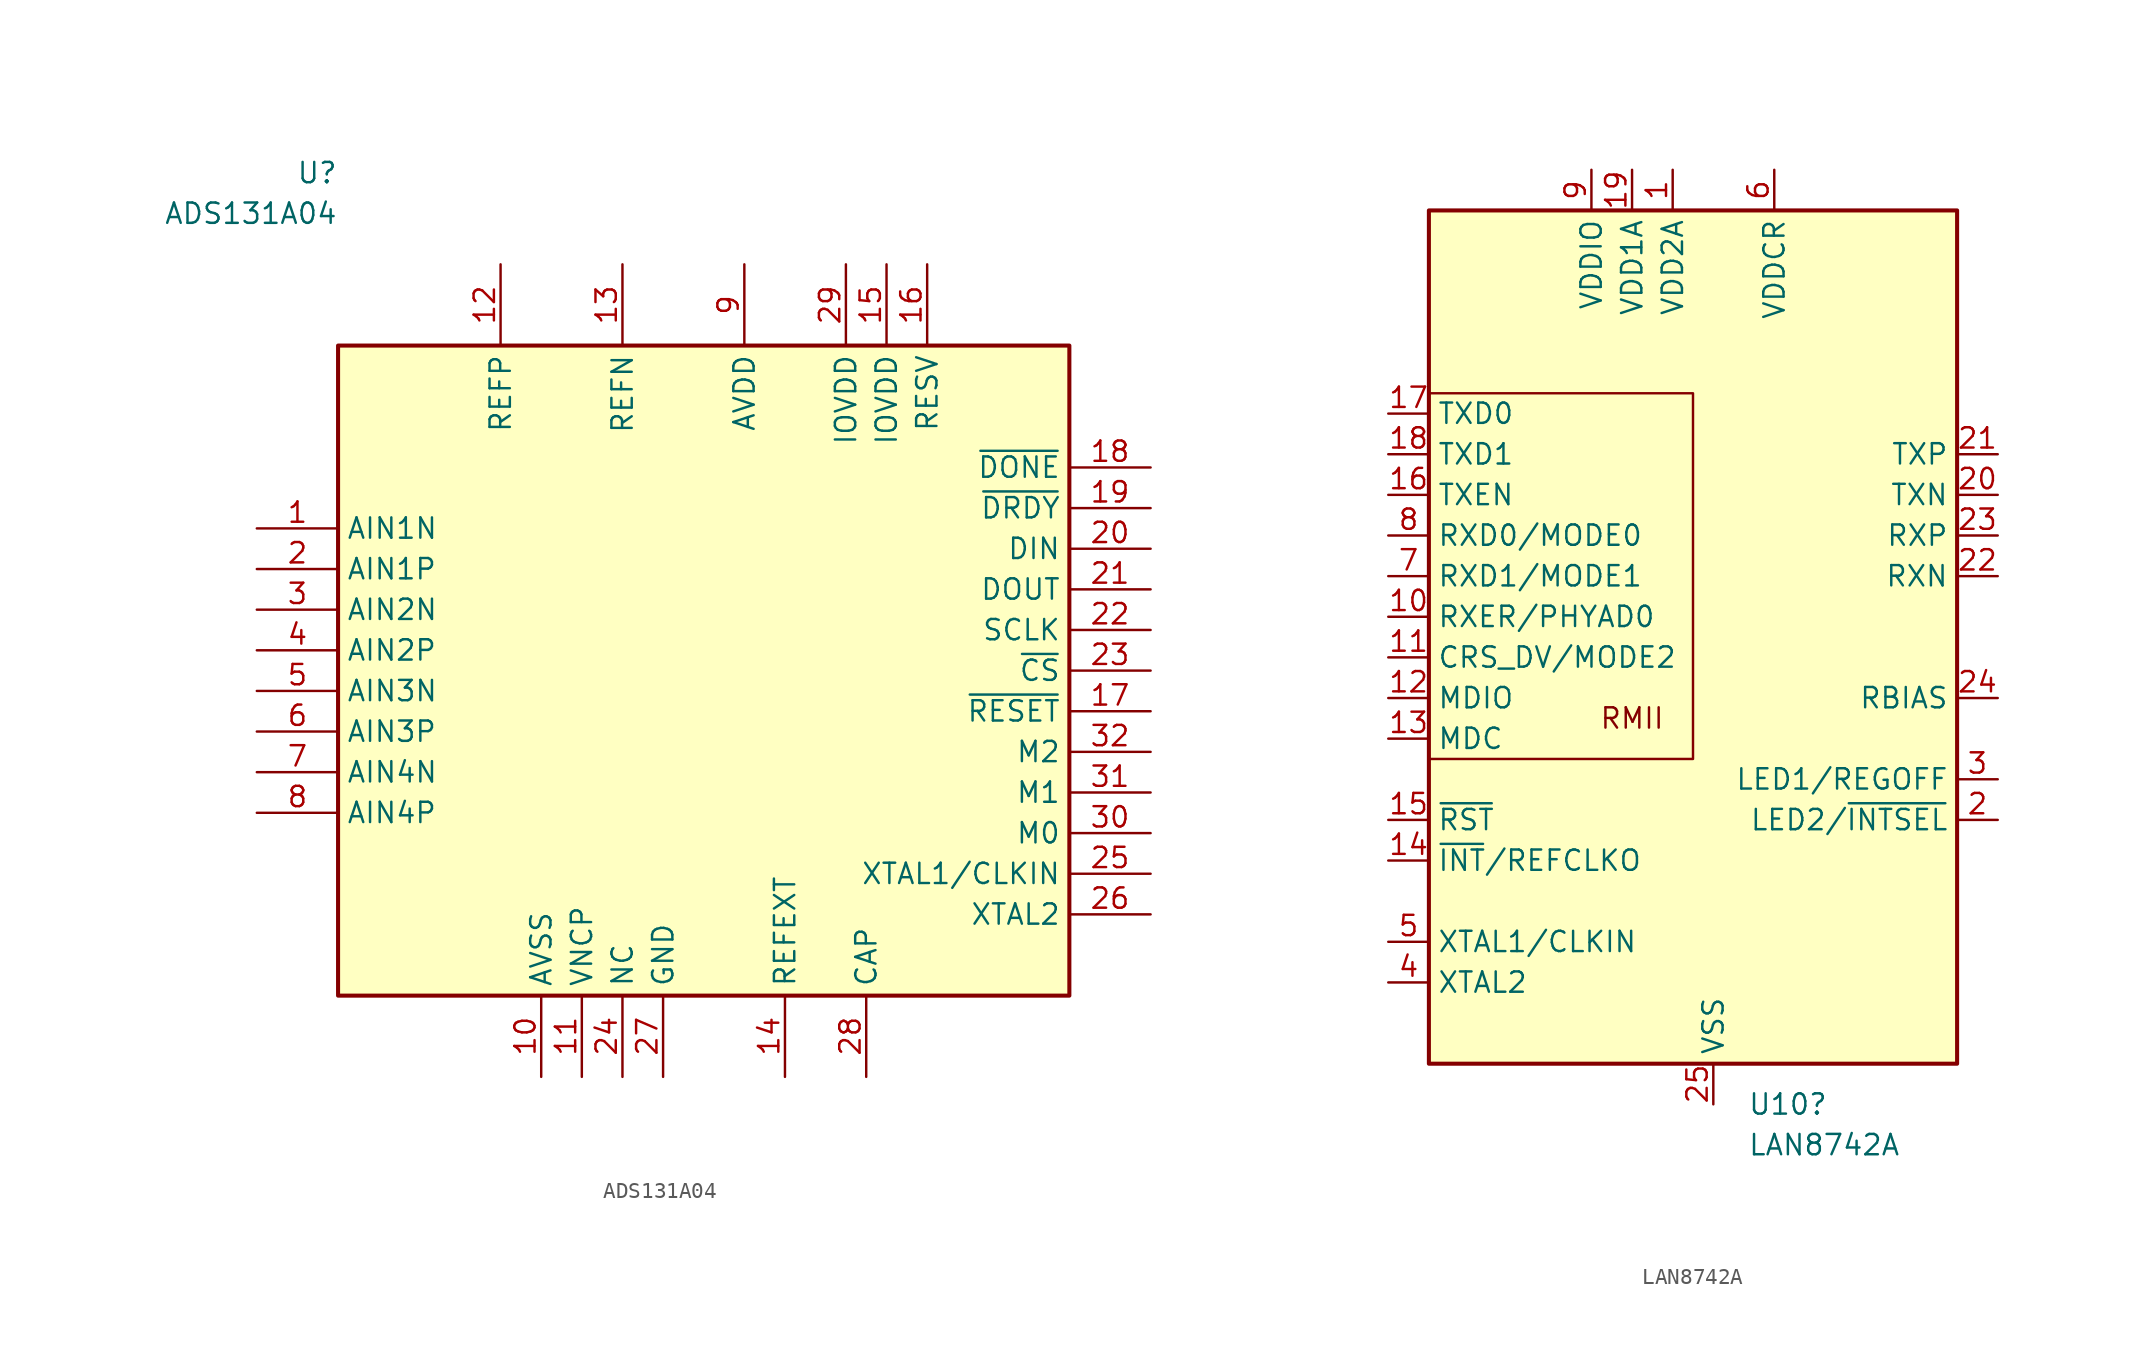
<source format=kicad_sym>
(kicad_symbol_lib
  (version 20241209)
  (generator "kicad_symbol_editor")
  (generator_version "9.0")
  (symbol "ADS131A04"
    (property "Reference" "U"
      (at -22.86 31.115 0)
      (effects (font (size 1.27 1.27)) (justify right)))
    (property "Value" "ADS131A04"
      (at -22.86 28.575 0)
      (effects (font (size 1.27 1.27)) (justify right)))
    (property "ki_locked" ""
      (at 0 0 0)
      (effects (font (size 1.27 1.27))))
    (symbol "ADS131A04_1_1"
      (rectangle (start -22.86 20.32) (end 22.86 -20.32) (stroke (width 0.254) (type solid)) (fill (type background)))
      (pin input line (at -27.94 8.89 0) (length 5.08) (name "AIN1N" (effects (font (size 1.27 1.27)))) (number "1" (effects (font (size 1.27 1.27)))))
      (pin input line (at -27.94 6.35 0) (length 5.08) (name "AIN1P" (effects (font (size 1.27 1.27)))) (number "2" (effects (font (size 1.27 1.27)))))
      (pin input line (at -27.94 3.81 0) (length 5.08) (name "AIN2N" (effects (font (size 1.27 1.27)))) (number "3" (effects (font (size 1.27 1.27)))))
      (pin input line (at -27.94 1.27 0) (length 5.08) (name "AIN2P" (effects (font (size 1.27 1.27)))) (number "4" (effects (font (size 1.27 1.27)))))
      (pin input line (at -27.94 -1.27 0) (length 5.08) (name "AIN3N" (effects (font (size 1.27 1.27)))) (number "5" (effects (font (size 1.27 1.27)))))
      (pin input line (at -27.94 -3.81 0) (length 5.08) (name "AIN3P" (effects (font (size 1.27 1.27)))) (number "6" (effects (font (size 1.27 1.27)))))
      (pin input line (at -27.94 -6.35 0) (length 5.08) (name "AIN4N" (effects (font (size 1.27 1.27)))) (number "7" (effects (font (size 1.27 1.27)))))
      (pin input line (at -27.94 -8.89 0) (length 5.08) (name "AIN4P" (effects (font (size 1.27 1.27)))) (number "8" (effects (font (size 1.27 1.27)))))
      (pin output line (at -12.7 25.4 270) (length 5.08) (name "REFP" (effects (font (size 1.27 1.27)))) (number "12" (effects (font (size 1.27 1.27)))))
      (pin power_in line (at -10.16 -25.4 90) (length 5.08) (name "AVSS" (effects (font (size 1.27 1.27)))) (number "10" (effects (font (size 1.27 1.27)))))
      (pin output line (at -7.62 -25.4 90) (length 5.08) (name "VNCP" (effects (font (size 1.27 1.27)))) (number "11" (effects (font (size 1.27 1.27)))))
      (pin input line (at -5.08 25.4 270) (length 5.08) (name "REFN" (effects (font (size 1.27 1.27)))) (number "13" (effects (font (size 1.27 1.27)))))
      (pin output line (at -5.08 -25.4 90) (length 5.08) (name "NC" (effects (font (size 1.27 1.27)))) (number "24" (effects (font (size 1.27 1.27)))))
      (pin power_in line (at -2.54 -25.4 90) (length 5.08) (name "GND" (effects (font (size 1.27 1.27)))) (number "27" (effects (font (size 1.27 1.27)))))
      (pin power_in line (at 2.54 25.4 270) (length 5.08) (name "AVDD" (effects (font (size 1.27 1.27)))) (number "9" (effects (font (size 1.27 1.27)))))
      (pin input line (at 5.08 -25.4 90) (length 5.08) (name "REFEXT" (effects (font (size 1.27 1.27)))) (number "14" (effects (font (size 1.27 1.27)))))
      (pin power_in line (at 8.89 25.4 270) (length 5.08) (name "IOVDD" (effects (font (size 1.27 1.27)))) (number "29" (effects (font (size 1.27 1.27)))))
      (pin output line (at 10.16 -25.4 90) (length 5.08) (name "CAP" (effects (font (size 1.27 1.27)))) (number "28" (effects (font (size 1.27 1.27)))))
      (pin power_in line (at 11.43 25.4 270) (length 5.08) (name "IOVDD" (effects (font (size 1.27 1.27)))) (number "15" (effects (font (size 1.27 1.27)))))
      (pin input line (at 13.97 25.4 270) (length 5.08) (name "RESV" (effects (font (size 1.27 1.27)))) (number "16" (effects (font (size 1.27 1.27)))))
      (pin output line (at 27.94 12.7 180) (length 5.08) (name "~{DONE}" (effects (font (size 1.27 1.27)))) (number "18" (effects (font (size 1.27 1.27)))))
      (pin bidirectional line (at 27.94 10.16 180) (length 5.08) (name "~{DRDY}" (effects (font (size 1.27 1.27)))) (number "19" (effects (font (size 1.27 1.27)))))
      (pin input line (at 27.94 7.62 180) (length 5.08) (name "DIN" (effects (font (size 1.27 1.27)))) (number "20" (effects (font (size 1.27 1.27)))))
      (pin output line (at 27.94 5.08 180) (length 5.08) (name "DOUT" (effects (font (size 1.27 1.27)))) (number "21" (effects (font (size 1.27 1.27)))))
      (pin bidirectional line (at 27.94 2.54 180) (length 5.08) (name "SCLK" (effects (font (size 1.27 1.27)))) (number "22" (effects (font (size 1.27 1.27)))))
      (pin input line (at 27.94 0 180) (length 5.08) (name "~{CS}" (effects (font (size 1.27 1.27)))) (number "23" (effects (font (size 1.27 1.27)))))
      (pin input line (at 27.94 -2.54 180) (length 5.08) (name "~{RESET}" (effects (font (size 1.27 1.27)))) (number "17" (effects (font (size 1.27 1.27)))))
      (pin input line (at 27.94 -5.08 180) (length 5.08) (name "M2" (effects (font (size 1.27 1.27)))) (number "32" (effects (font (size 1.27 1.27)))))
      (pin input line (at 27.94 -7.62 180) (length 5.08) (name "M1" (effects (font (size 1.27 1.27)))) (number "31" (effects (font (size 1.27 1.27)))))
      (pin input line (at 27.94 -10.16 180) (length 5.08) (name "M0" (effects (font (size 1.27 1.27)))) (number "30" (effects (font (size 1.27 1.27)))))
      (pin input line (at 27.94 -12.7 180) (length 5.08) (name "XTAL1/CLKIN" (effects (font (size 1.27 1.27)))) (number "25" (effects (font (size 1.27 1.27)))))
      (pin output line (at 27.94 -15.24 180) (length 5.08) (name "XTAL2" (effects (font (size 1.27 1.27)))) (number "26" (effects (font (size 1.27 1.27)))))))
  (symbol "LAN8742A"
    (property "Reference" "U10"
      (at 2.143 -27.94 0)
      (effects (font (size 1.27 1.27)) (justify left)))
    (property "Value" "LAN8742A"
      (at 2.143 -30.48 0)
      (effects (font (size 1.27 1.27)) (justify left)))
    (symbol "LAN8742A_0_0"
      (text "RMII" (at -5.08 -3.81 0) (effects (font (size 1.27 1.27)))))
    (symbol "LAN8742A_0_1"
      (rectangle (start -17.78 27.94) (end 15.24 -25.4) (stroke (width 0.254) (type default)) (fill (type background)))
      (polyline (pts (xy -17.78 -6.35) (xy -1.27 -6.35) (xy -1.27 16.51) (xy -17.78 16.51)) (stroke (width 0) (type default)) (fill (type none))))
    (symbol "LAN8742A_1_1"
      (pin input line (at -20.32 15.24 0) (length 2.54) (name "TXD0" (effects (font (size 1.27 1.27)))) (number "17" (effects (font (size 1.27 1.27)))))
      (pin input line (at -20.32 12.7 0) (length 2.54) (name "TXD1" (effects (font (size 1.27 1.27)))) (number "18" (effects (font (size 1.27 1.27)))))
      (pin input line (at -20.32 10.16 0) (length 2.54) (name "TXEN" (effects (font (size 1.27 1.27)))) (number "16" (effects (font (size 1.27 1.27)))))
      (pin bidirectional line (at -20.32 7.62 0) (length 2.54) (name "RXD0/MODE0" (effects (font (size 1.27 1.27)))) (number "8" (effects (font (size 1.27 1.27)))))
      (pin bidirectional line (at -20.32 5.08 0) (length 2.54) (name "RXD1/MODE1" (effects (font (size 1.27 1.27)))) (number "7" (effects (font (size 1.27 1.27)))))
      (pin output line (at -20.32 2.54 0) (length 2.54) (name "RXER/PHYAD0" (effects (font (size 1.27 1.27)))) (number "10" (effects (font (size 1.27 1.27)))))
      (pin bidirectional line (at -20.32 0 0) (length 2.54) (name "CRS_DV/MODE2" (effects (font (size 1.27 1.27)))) (number "11" (effects (font (size 1.27 1.27)))))
      (pin bidirectional line (at -20.32 -2.54 0) (length 2.54) (name "MDIO" (effects (font (size 1.27 1.27)))) (number "12" (effects (font (size 1.27 1.27)))))
      (pin input line (at -20.32 -5.08 0) (length 2.54) (name "MDC" (effects (font (size 1.27 1.27)))) (number "13" (effects (font (size 1.27 1.27)))))
      (pin input line (at -20.32 -10.16 0) (length 2.54) (name "~{RST}" (effects (font (size 1.27 1.27)))) (number "15" (effects (font (size 1.27 1.27)))))
      (pin output line (at -20.32 -12.7 0) (length 2.54) (name "~{INT}/REFCLKO" (effects (font (size 1.27 1.27)))) (number "14" (effects (font (size 1.27 1.27)))))
      (pin input line (at -20.32 -17.78 0) (length 2.54) (name "XTAL1/CLKIN" (effects (font (size 1.27 1.27)))) (number "5" (effects (font (size 1.27 1.27)))))
      (pin output line (at -20.32 -20.32 0) (length 2.54) (name "XTAL2" (effects (font (size 1.27 1.27)))) (number "4" (effects (font (size 1.27 1.27)))))
      (pin power_in line (at -7.62 30.48 270) (length 2.54) (name "VDDIO" (effects (font (size 1.27 1.27)))) (number "9" (effects (font (size 1.27 1.27)))))
      (pin power_in line (at -5.08 30.48 270) (length 2.54) (name "VDD1A" (effects (font (size 1.27 1.27)))) (number "19" (effects (font (size 1.27 1.27)))))
      (pin power_in line (at -2.54 30.48 270) (length 2.54) (name "VDD2A" (effects (font (size 1.27 1.27)))) (number "1" (effects (font (size 1.27 1.27)))))
      (pin power_in line (at 0 -27.94 90) (length 2.54) (name "VSS" (effects (font (size 1.27 1.27)))) (number "25" (effects (font (size 1.27 1.27)))))
      (pin free line (at 3.81 30.48 270) (length 2.54) (name "VDDCR" (effects (font (size 1.27 1.27)))) (number "6" (effects (font (size 1.27 1.27)))))
      (pin passive line (at 17.78 12.7 180) (length 2.54) (name "TXP" (effects (font (size 1.27 1.27)))) (number "21" (effects (font (size 1.27 1.27)))))
      (pin passive line (at 17.78 10.16 180) (length 2.54) (name "TXN" (effects (font (size 1.27 1.27)))) (number "20" (effects (font (size 1.27 1.27)))))
      (pin passive line (at 17.78 7.62 180) (length 2.54) (name "RXP" (effects (font (size 1.27 1.27)))) (number "23" (effects (font (size 1.27 1.27)))))
      (pin passive line (at 17.78 5.08 180) (length 2.54) (name "RXN" (effects (font (size 1.27 1.27)))) (number "22" (effects (font (size 1.27 1.27)))))
      (pin passive line (at 17.78 -2.54 180) (length 2.54) (name "RBIAS" (effects (font (size 1.27 1.27)))) (number "24" (effects (font (size 1.27 1.27)))))
      (pin bidirectional line (at 17.78 -7.62 180) (length 2.54) (name "LED1/REGOFF" (effects (font (size 1.27 1.27)))) (number "3" (effects (font (size 1.27 1.27)))) (alternate "~{INT}/REGOFF" bidirectional line) (alternate "~{PME}/REGOFF" bidirectional line))
      (pin bidirectional line (at 17.78 -10.16 180) (length 2.54) (name "LED2/~{INTSEL}" (effects (font (size 1.27 1.27)))) (number "2" (effects (font (size 1.27 1.27)))) (alternate "~{INT}/~{INTSEL}" output line) (alternate "~{PME}/~{INTSEL}" output line)))))
</source>
